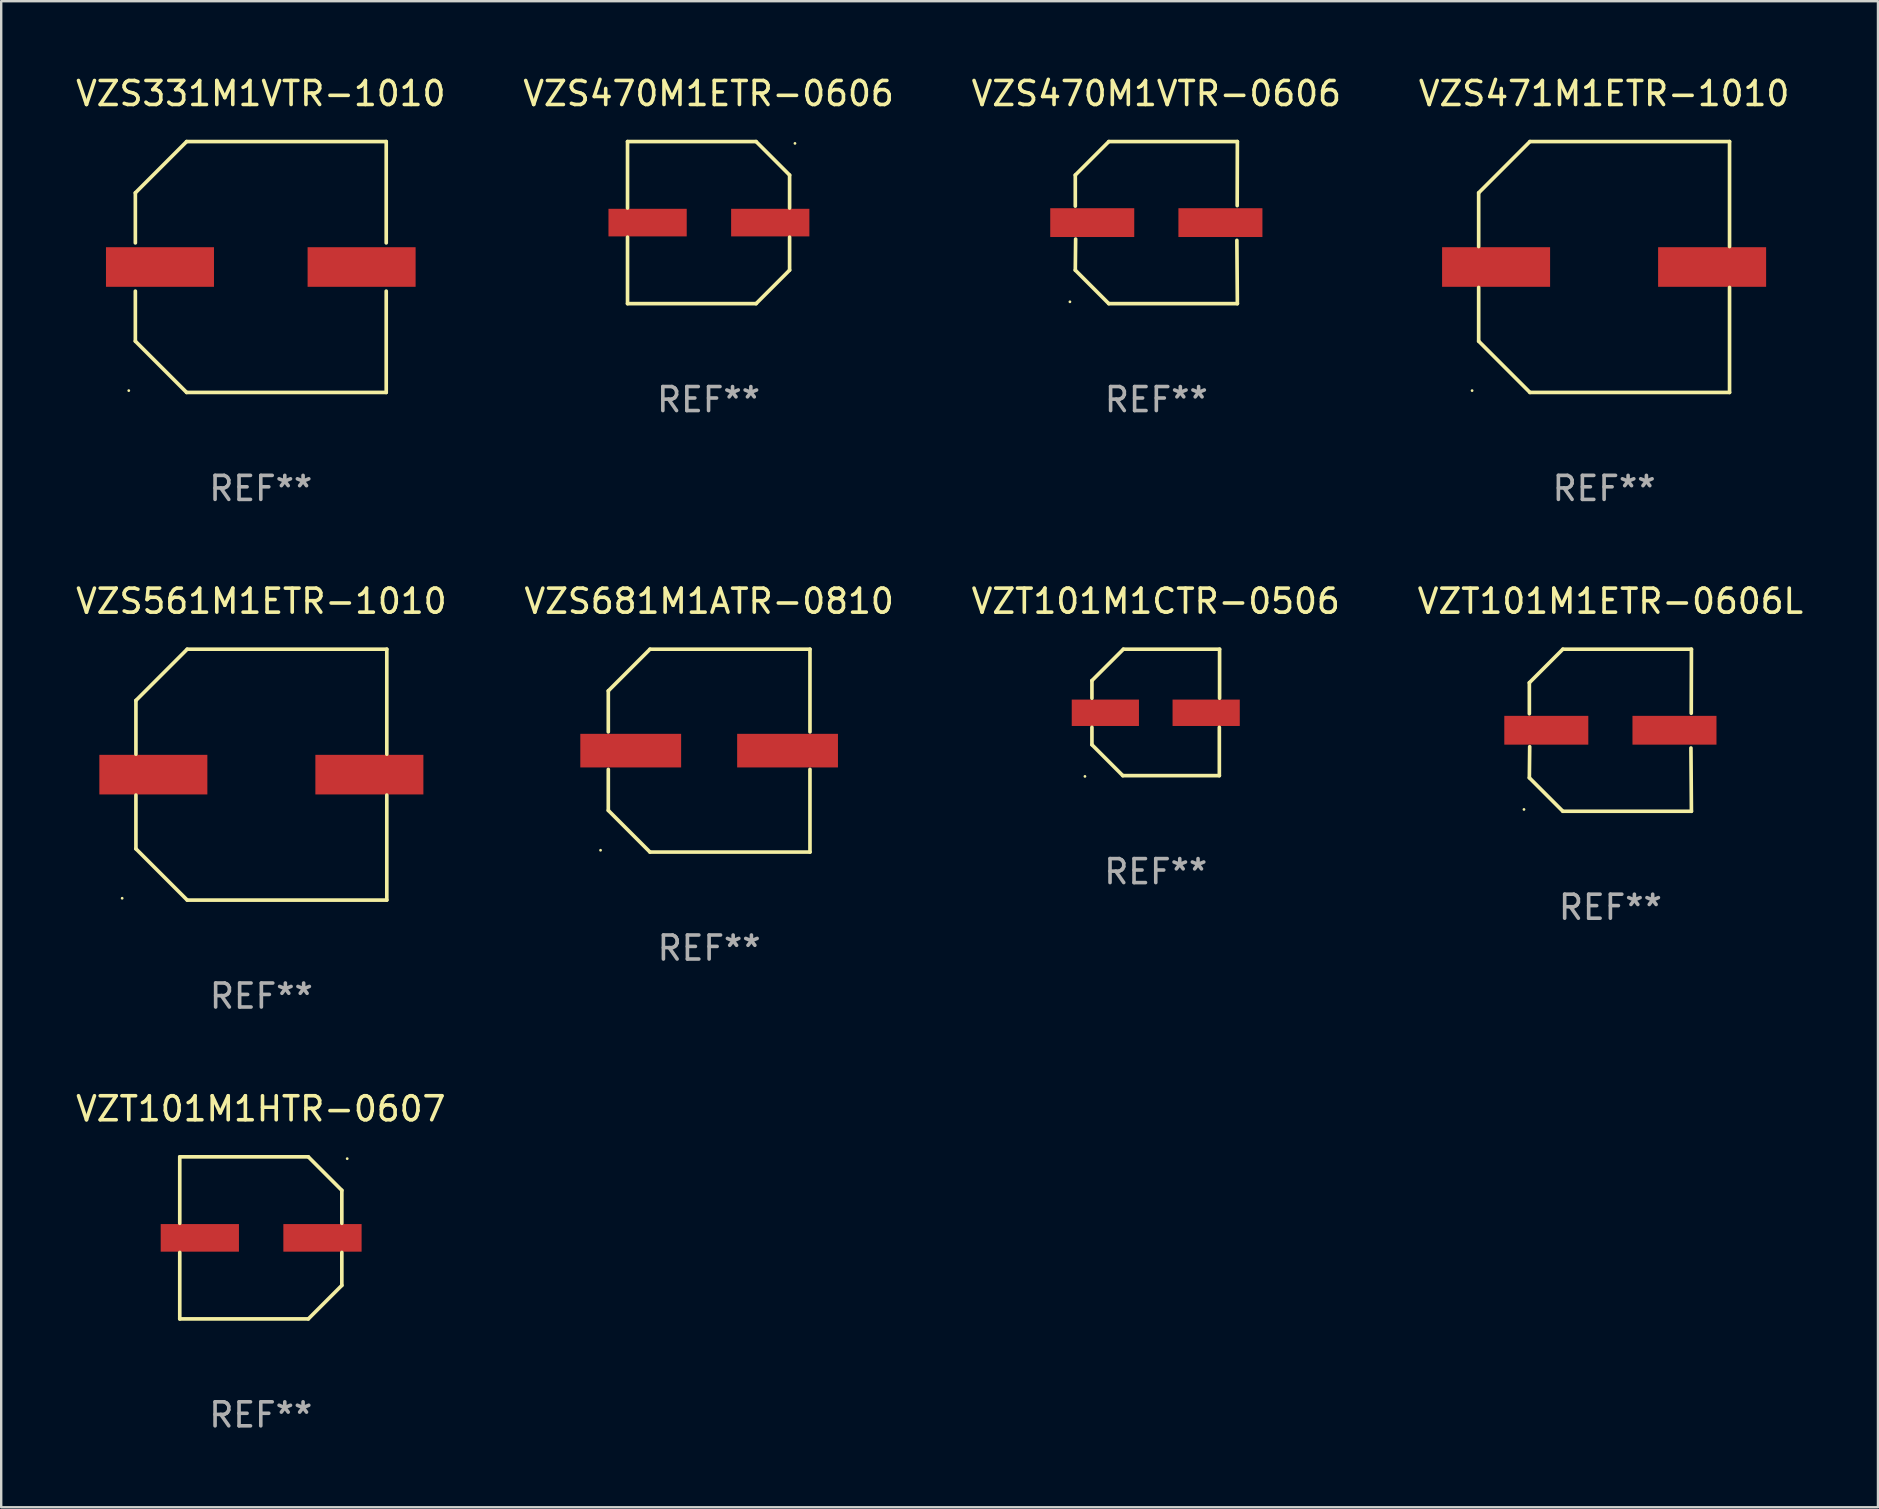
<source format=kicad_pcb>
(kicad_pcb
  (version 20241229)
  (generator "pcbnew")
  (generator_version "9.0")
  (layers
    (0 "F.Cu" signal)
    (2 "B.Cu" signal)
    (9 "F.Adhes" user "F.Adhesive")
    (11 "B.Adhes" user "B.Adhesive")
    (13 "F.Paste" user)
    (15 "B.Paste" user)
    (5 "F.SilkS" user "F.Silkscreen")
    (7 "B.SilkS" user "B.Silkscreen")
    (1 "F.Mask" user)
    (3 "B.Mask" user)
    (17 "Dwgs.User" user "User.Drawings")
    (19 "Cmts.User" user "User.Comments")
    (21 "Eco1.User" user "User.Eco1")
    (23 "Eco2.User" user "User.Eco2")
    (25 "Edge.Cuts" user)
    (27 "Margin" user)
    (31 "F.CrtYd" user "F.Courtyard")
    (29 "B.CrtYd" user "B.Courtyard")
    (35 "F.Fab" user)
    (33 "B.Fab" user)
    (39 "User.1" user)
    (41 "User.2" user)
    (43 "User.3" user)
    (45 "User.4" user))
  (footprint "VZS331M1VTR-1010"
    (layer "F.Cu")
    (at 7.815 8.074)
    (property "Reference" "VZS331M1VTR-1010" (at 0 -7.226 0) (layer "F.SilkS") (effects (font (size 1 1) (thickness 0.15))))
    (attr through_hole)
    (fp_line (start -5.226 -3.09) (end -5.226 -1.005) (stroke (width 0.152) (type solid)) (layer "F.SilkS"))
    (fp_line (start -5.226 1.005) (end -5.226 3.09) (stroke (width 0.152) (type solid)) (layer "F.SilkS"))
    (fp_line (start -3.09 -5.226) (end -5.226 -3.09) (stroke (width 0.152) (type solid)) (layer "F.SilkS"))
    (fp_line (start -3.09 5.226) (end -5.226 3.09) (stroke (width 0.152) (type solid)) (layer "F.SilkS"))
    (fp_line (start 5.226 -5.226) (end -3.09 -5.226) (stroke (width 0.152) (type solid)) (layer "F.SilkS"))
    (fp_line (start 5.226 -5.226) (end 5.226 -1.005) (stroke (width 0.152) (type solid)) (layer "F.SilkS"))
    (fp_line (start 5.226 1.005) (end 5.226 5.226) (stroke (width 0.152) (type solid)) (layer "F.SilkS"))
    (fp_line (start 5.226 5.226) (end -3.09 5.226) (stroke (width 0.152) (type solid)) (layer "F.SilkS"))
    (fp_circle (center -5.5 5.15) (end -5.47 5.15) (stroke (width 0.06) (type solid)) (fill no) (layer "F.SilkS"))
    (fp_text user "REF**" (at 0 9.226 0) (layer "F.Fab") (effects (font (size 1 1) (thickness 0.15))))
    (pad "1" smd rect (at -4.2 0.000216) (size 4.5 1.65) (layers "F.Cu" "F.Mask" "F.Paste"))
    (pad "2" smd rect (at 4.2 0.000216) (size 4.5 1.65) (layers "F.Cu" "F.Mask" "F.Paste")))
  (footprint "VZT101M1ETR-0606L"
    (layer "F.Cu")
    (at 64.042 27.373)
    (property "Reference" "VZT101M1ETR-0606L" (at 0 -5.376 0) (layer "F.SilkS") (effects (font (size 1 1) (thickness 0.15))))
    (attr through_hole)
    (fp_line (start -3.376 -1.98) (end -3.376 -0.686) (stroke (width 0.152) (type solid)) (layer "F.SilkS"))
    (fp_line (start -3.376 1.981) (end -3.362 0.686) (stroke (width 0.152) (type solid)) (layer "F.SilkS"))
    (fp_line (start -1.981 3.376) (end -3.376 1.981) (stroke (width 0.152) (type solid)) (layer "F.SilkS"))
    (fp_line (start -1.98 -3.376) (end -3.376 -1.98) (stroke (width 0.152) (type solid)) (layer "F.SilkS"))
    (fp_line (start 3.356 0.74) (end 3.376 3.376) (stroke (width 0.152) (type solid)) (layer "F.SilkS"))
    (fp_line (start 3.369 -0.707) (end 3.376 -3.376) (stroke (width 0.152) (type solid)) (layer "F.SilkS"))
    (fp_line (start 3.376 3.376) (end -1.981 3.376) (stroke (width 0.152) (type solid)) (layer "F.SilkS"))
    (fp_line (start 3.376 -3.376) (end -1.98 -3.376) (stroke (width 0.152) (type solid)) (layer "F.SilkS"))
    (fp_circle (center -3.6 3.3) (end -3.57 3.3) (stroke (width 0.06) (type solid)) (fill no) (layer "F.SilkS"))
    (fp_text user "REF**" (at 0 7.376 0) (layer "F.Fab") (effects (font (size 1 1) (thickness 0.15))))
    (pad "1" smd rect (at -2.67 0.000381) (size 3.5 1.2) (layers "F.Cu" "F.Mask" "F.Paste"))
    (pad "2" smd rect (at 2.67 0.000381) (size 3.5 1.2) (layers "F.Cu" "F.Mask" "F.Paste")))
  (footprint "VZS561M1ETR-1010"
    (layer "F.Cu")
    (at 7.839 29.223)
    (property "Reference" "VZS561M1ETR-1010" (at 0 -7.226 0) (layer "F.SilkS") (effects (font (size 1 1) (thickness 0.15))))
    (attr through_hole)
    (fp_line (start -5.226 -3.09) (end -5.226 -0.852) (stroke (width 0.152) (type solid)) (layer "F.SilkS"))
    (fp_line (start -5.226 3.09) (end -5.226 0.852) (stroke (width 0.152) (type solid)) (layer "F.SilkS"))
    (fp_line (start -3.09 -5.226) (end -5.226 -3.09) (stroke (width 0.152) (type solid)) (layer "F.SilkS"))
    (fp_line (start -3.09 5.226) (end -5.226 3.09) (stroke (width 0.152) (type solid)) (layer "F.SilkS"))
    (fp_line (start 5.226 -5.226) (end -3.09 -5.226) (stroke (width 0.152) (type solid)) (layer "F.SilkS"))
    (fp_line (start 5.226 -0.852) (end 5.226 -5.226) (stroke (width 0.152) (type solid)) (layer "F.SilkS"))
    (fp_line (start 5.226 0.852) (end 5.226 5.226) (stroke (width 0.152) (type solid)) (layer "F.SilkS"))
    (fp_line (start 5.226 5.226) (end -3.09 5.226) (stroke (width 0.152) (type solid)) (layer "F.SilkS"))
    (fp_circle (center -5.8 5.15) (end -5.77 5.15) (stroke (width 0.06) (type solid)) (fill no) (layer "F.SilkS"))
    (fp_text user "REF**" (at 0 9.226 0) (layer "F.Fab") (effects (font (size 1 1) (thickness 0.15))))
    (pad "1" smd rect (at -4.5 0) (size 4.5 1.65) (layers "F.Cu" "F.Mask" "F.Paste"))
    (pad "2" smd rect (at 4.5 0) (size 4.5 1.65) (layers "F.Cu" "F.Mask" "F.Paste")))
  (footprint "VZS470M1ETR-0606"
    (layer "F.Cu")
    (at 26.47 6.224)
    (property "Reference" "VZS470M1ETR-0606" (at 0 -5.376 0) (layer "F.SilkS") (effects (font (size 1 1) (thickness 0.15))))
    (attr through_hole)
    (fp_line (start -3.376 -3.376) (end 1.98 -3.376) (stroke (width 0.152) (type solid)) (layer "F.SilkS"))
    (fp_line (start -3.376 -0.607) (end -3.376 -3.376) (stroke (width 0.152) (type solid)) (layer "F.SilkS"))
    (fp_line (start -3.376 0.607) (end -3.376 3.376) (stroke (width 0.152) (type solid)) (layer "F.SilkS"))
    (fp_line (start -3.376 3.376) (end 1.98 3.376) (stroke (width 0.152) (type solid)) (layer "F.SilkS"))
    (fp_line (start 1.98 -3.376) (end 3.376 -1.98) (stroke (width 0.152) (type solid)) (layer "F.SilkS"))
    (fp_line (start 1.98 3.376) (end 3.376 1.98) (stroke (width 0.152) (type solid)) (layer "F.SilkS"))
    (fp_line (start 3.376 -1.98) (end 3.376 -0.607) (stroke (width 0.152) (type solid)) (layer "F.SilkS"))
    (fp_line (start 3.376 1.98) (end 3.376 0.607) (stroke (width 0.152) (type solid)) (layer "F.SilkS"))
    (fp_circle (center 3.6 -3.3) (end 3.63 -3.3) (stroke (width 0.06) (type solid)) (fill no) (layer "F.SilkS"))
    (fp_text user "REF**" (at 0 7.376 0) (layer "F.Fab") (effects (font (size 1 1) (thickness 0.15))))
    (pad "1" smd rect (at 2.57 0 180) (size 3.26 1.15) (layers "F.Cu" "F.Mask" "F.Paste"))
    (pad "2" smd rect (at -2.54 0 180) (size 3.26 1.15) (layers "F.Cu" "F.Mask" "F.Paste")))
  (footprint "VZT101M1CTR-0506"
    (layer "F.Cu")
    (at 45.101 26.631)
    (property "Reference" "VZT101M1CTR-0506" (at 0 -4.634 0) (layer "F.SilkS") (effects (font (size 1 1) (thickness 0.15))))
    (attr through_hole)
    (fp_line (start -2.659 -1.326) (end -2.659 -0.592) (stroke (width 0.152) (type solid)) (layer "F.SilkS"))
    (fp_line (start -2.659 1.346) (end -2.659 0.622) (stroke (width 0.152) (type solid)) (layer "F.SilkS"))
    (fp_line (start -1.372 2.634) (end -2.659 1.346) (stroke (width 0.152) (type solid)) (layer "F.SilkS"))
    (fp_line (start -1.349 -2.634) (end -2.659 -1.326) (stroke (width 0.152) (type solid)) (layer "F.SilkS"))
    (fp_line (start 2.649 0.622) (end 2.649 2.634) (stroke (width 0.152) (type solid)) (layer "F.SilkS"))
    (fp_line (start 2.649 2.634) (end -1.372 2.634) (stroke (width 0.152) (type solid)) (layer "F.SilkS"))
    (fp_line (start 2.659 -2.634) (end -1.349 -2.634) (stroke (width 0.152) (type solid)) (layer "F.SilkS"))
    (fp_line (start 2.659 -0.592) (end 2.659 -2.634) (stroke (width 0.152) (type solid)) (layer "F.SilkS"))
    (fp_circle (center -2.95 2.665) (end -2.92 2.665) (stroke (width 0.06) (type solid)) (fill no) (layer "F.SilkS"))
    (fp_text user "REF**" (at 0 6.634 0) (layer "F.Fab") (effects (font (size 1 1) (thickness 0.15))))
    (pad "1" smd rect (at -2.1 0.015) (size 2.8 1.1) (layers "F.Cu" "F.Mask" "F.Paste"))
    (pad "2" smd rect (at 2.1 0.015) (size 2.8 1.1) (layers "F.Cu" "F.Mask" "F.Paste")))
  (footprint "VZS470M1VTR-0606"
    (layer "F.Cu")
    (at 45.125 6.224)
    (property "Reference" "VZS470M1VTR-0606" (at 0 -5.376 0) (layer "F.SilkS") (effects (font (size 1 1) (thickness 0.15))))
    (attr through_hole)
    (fp_line (start -3.376 -1.98) (end -3.376 -0.686) (stroke (width 0.152) (type solid)) (layer "F.SilkS"))
    (fp_line (start -3.376 1.981) (end -3.362 0.686) (stroke (width 0.152) (type solid)) (layer "F.SilkS"))
    (fp_line (start -1.981 3.376) (end -3.376 1.981) (stroke (width 0.152) (type solid)) (layer "F.SilkS"))
    (fp_line (start -1.98 -3.376) (end -3.376 -1.98) (stroke (width 0.152) (type solid)) (layer "F.SilkS"))
    (fp_line (start 3.356 0.74) (end 3.376 3.376) (stroke (width 0.152) (type solid)) (layer "F.SilkS"))
    (fp_line (start 3.369 -0.707) (end 3.376 -3.376) (stroke (width 0.152) (type solid)) (layer "F.SilkS"))
    (fp_line (start 3.376 3.376) (end -1.981 3.376) (stroke (width 0.152) (type solid)) (layer "F.SilkS"))
    (fp_line (start 3.376 -3.376) (end -1.98 -3.376) (stroke (width 0.152) (type solid)) (layer "F.SilkS"))
    (fp_circle (center -3.6 3.3) (end -3.57 3.3) (stroke (width 0.06) (type solid)) (fill no) (layer "F.SilkS"))
    (fp_text user "REF**" (at 0 7.376 0) (layer "F.Fab") (effects (font (size 1 1) (thickness 0.15))))
    (pad "1" smd rect (at -2.67 0.000381) (size 3.5 1.2) (layers "F.Cu" "F.Mask" "F.Paste"))
    (pad "2" smd rect (at 2.67 0.000381) (size 3.5 1.2) (layers "F.Cu" "F.Mask" "F.Paste")))
  (footprint "VZS471M1ETR-1010"
    (layer "F.Cu")
    (at 63.78 8.074)
    (property "Reference" "VZS471M1ETR-1010" (at 0 -7.226 0) (layer "F.SilkS") (effects (font (size 1 1) (thickness 0.15))))
    (attr through_hole)
    (fp_line (start -5.226 -3.09) (end -5.226 -0.852) (stroke (width 0.152) (type solid)) (layer "F.SilkS"))
    (fp_line (start -5.226 3.09) (end -5.226 0.852) (stroke (width 0.152) (type solid)) (layer "F.SilkS"))
    (fp_line (start -3.09 -5.226) (end -5.226 -3.09) (stroke (width 0.152) (type solid)) (layer "F.SilkS"))
    (fp_line (start -3.09 5.226) (end -5.226 3.09) (stroke (width 0.152) (type solid)) (layer "F.SilkS"))
    (fp_line (start 5.226 -5.226) (end -3.09 -5.226) (stroke (width 0.152) (type solid)) (layer "F.SilkS"))
    (fp_line (start 5.226 -0.852) (end 5.226 -5.226) (stroke (width 0.152) (type solid)) (layer "F.SilkS"))
    (fp_line (start 5.226 0.852) (end 5.226 5.226) (stroke (width 0.152) (type solid)) (layer "F.SilkS"))
    (fp_line (start 5.226 5.226) (end -3.09 5.226) (stroke (width 0.152) (type solid)) (layer "F.SilkS"))
    (fp_circle (center -5.5 5.15) (end -5.47 5.15) (stroke (width 0.06) (type solid)) (fill no) (layer "F.SilkS"))
    (fp_text user "REF**" (at 0 9.226 0) (layer "F.Fab") (effects (font (size 1 1) (thickness 0.15))))
    (pad "1" smd rect (at -4.5 -0.000025) (size 4.5 1.65) (layers "F.Cu" "F.Mask" "F.Paste"))
    (pad "2" smd rect (at 4.5 -0.000025) (size 4.5 1.65) (layers "F.Cu" "F.Mask" "F.Paste")))
  (footprint "VZT101M1HTR-0607"
    (layer "F.Cu")
    (at 7.815 48.522)
    (property "Reference" "VZT101M1HTR-0607" (at 0 -5.376 0) (layer "F.SilkS") (effects (font (size 1 1) (thickness 0.15))))
    (attr through_hole)
    (fp_line (start -3.376 -3.376) (end 1.98 -3.376) (stroke (width 0.152) (type solid)) (layer "F.SilkS"))
    (fp_line (start -3.376 -0.607) (end -3.376 -3.376) (stroke (width 0.152) (type solid)) (layer "F.SilkS"))
    (fp_line (start -3.376 0.607) (end -3.376 3.376) (stroke (width 0.152) (type solid)) (layer "F.SilkS"))
    (fp_line (start -3.376 3.376) (end 1.98 3.376) (stroke (width 0.152) (type solid)) (layer "F.SilkS"))
    (fp_line (start 1.98 -3.376) (end 3.376 -1.98) (stroke (width 0.152) (type solid)) (layer "F.SilkS"))
    (fp_line (start 1.98 3.376) (end 3.376 1.98) (stroke (width 0.152) (type solid)) (layer "F.SilkS"))
    (fp_line (start 3.376 -1.98) (end 3.376 -0.607) (stroke (width 0.152) (type solid)) (layer "F.SilkS"))
    (fp_line (start 3.376 1.98) (end 3.376 0.607) (stroke (width 0.152) (type solid)) (layer "F.SilkS"))
    (fp_circle (center 3.6 -3.3) (end 3.63 -3.3) (stroke (width 0.06) (type solid)) (fill no) (layer "F.SilkS"))
    (fp_text user "REF**" (at 0 7.376 0) (layer "F.Fab") (effects (font (size 1 1) (thickness 0.15))))
    (pad "1" smd rect (at 2.57 0 180) (size 3.26 1.15) (layers "F.Cu" "F.Mask" "F.Paste"))
    (pad "2" smd rect (at -2.54 0 180) (size 3.26 1.15) (layers "F.Cu" "F.Mask" "F.Paste")))
  (footprint "VZS681M1ATR-0810"
    (layer "F.Cu")
    (at 26.494 28.223)
    (property "Reference" "VZS681M1ATR-0810" (at 0 -6.226 0) (layer "F.SilkS") (effects (font (size 1 1) (thickness 0.15))))
    (attr through_hole)
    (fp_line (start -4.201 -2.49) (end -4.201 -0.782) (stroke (width 0.152) (type solid)) (layer "F.SilkS"))
    (fp_line (start -4.201 2.49) (end -4.201 0.782) (stroke (width 0.152) (type solid)) (layer "F.SilkS"))
    (fp_line (start -2.465 -4.226) (end -4.201 -2.49) (stroke (width 0.152) (type solid)) (layer "F.SilkS"))
    (fp_line (start -2.465 4.226) (end -4.201 2.49) (stroke (width 0.152) (type solid)) (layer "F.SilkS"))
    (fp_line (start 4.201 -4.226) (end -2.465 -4.226) (stroke (width 0.152) (type solid)) (layer "F.SilkS"))
    (fp_line (start 4.201 -0.782) (end 4.201 -4.226) (stroke (width 0.152) (type solid)) (layer "F.SilkS"))
    (fp_line (start 4.201 0.782) (end 4.201 4.226) (stroke (width 0.152) (type solid)) (layer "F.SilkS"))
    (fp_line (start 4.201 4.226) (end -2.465 4.226) (stroke (width 0.152) (type solid)) (layer "F.SilkS"))
    (fp_circle (center -4.524 4.15) (end -4.494 4.15) (stroke (width 0.06) (type solid)) (fill no) (layer "F.SilkS"))
    (fp_text user "REF**" (at 0 8.226 0) (layer "F.Fab") (effects (font (size 1 1) (thickness 0.15))))
    (pad "1" smd rect (at -3.267 0) (size 4.2 1.4) (layers "F.Cu" "F.Mask" "F.Paste"))
    (pad "2" smd rect (at 3.267 0) (size 4.2 1.4) (layers "F.Cu" "F.Mask" "F.Paste")))
  (gr_rect
    (start -3 -3)
    (end 75.19 59.747)
    (stroke (width 0.1) (type default))
    (fill no)
    (layer "Edge.Cuts")))
</source>
